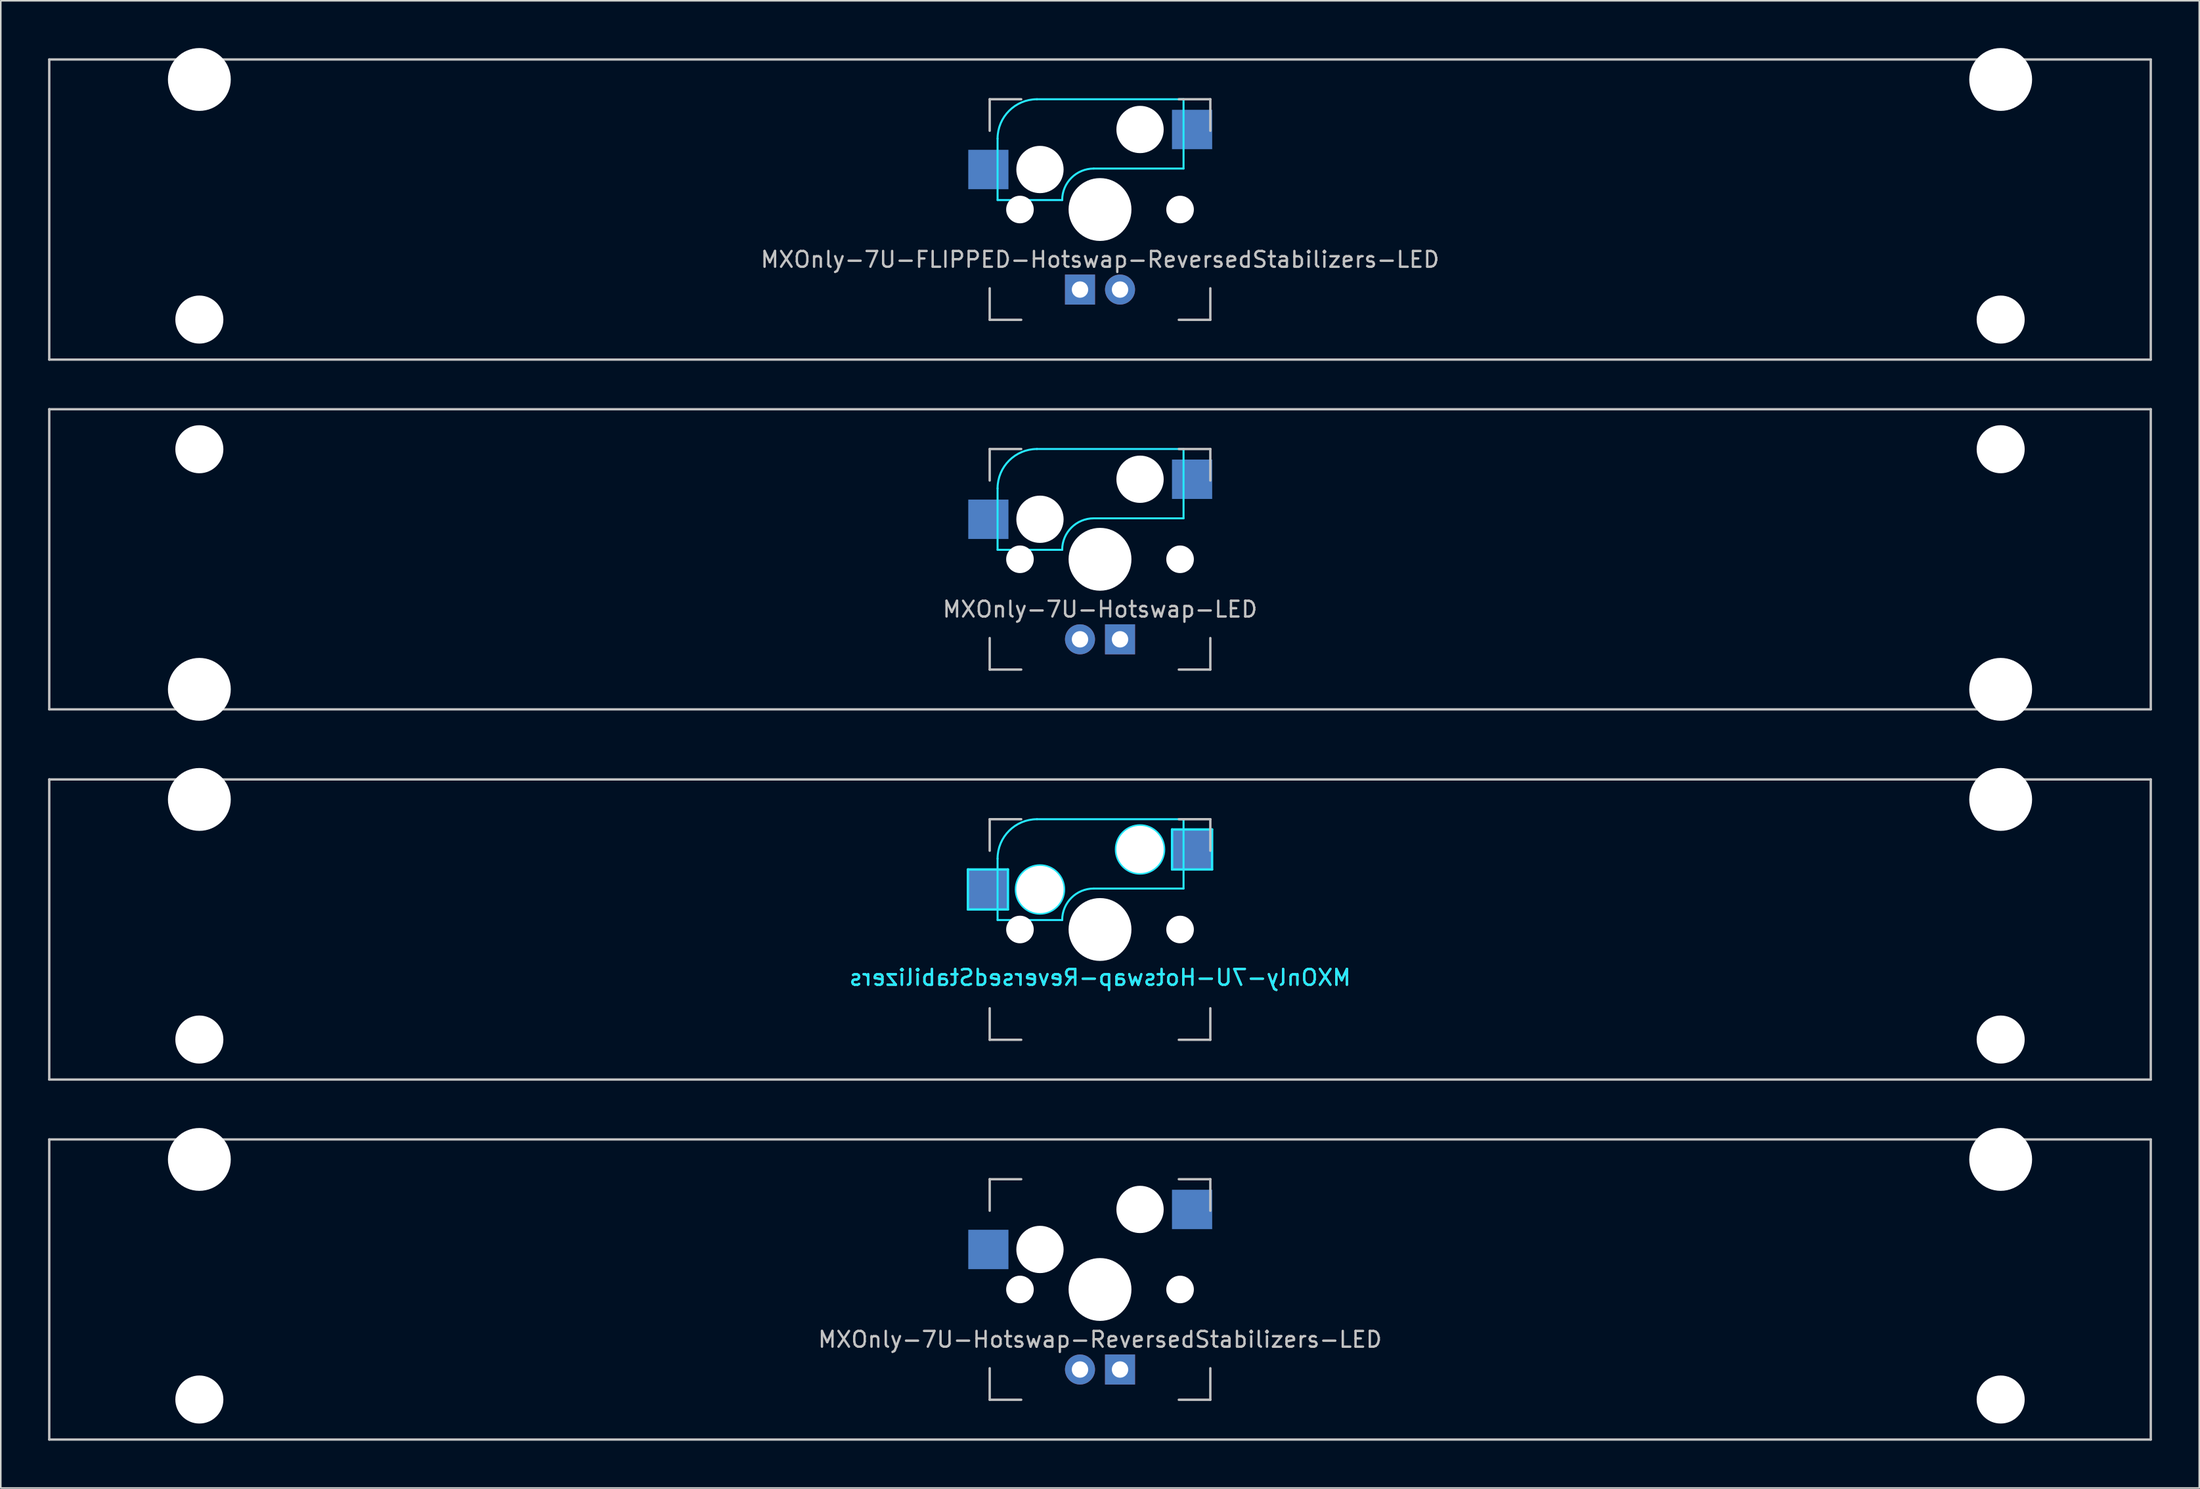
<source format=kicad_pcb>
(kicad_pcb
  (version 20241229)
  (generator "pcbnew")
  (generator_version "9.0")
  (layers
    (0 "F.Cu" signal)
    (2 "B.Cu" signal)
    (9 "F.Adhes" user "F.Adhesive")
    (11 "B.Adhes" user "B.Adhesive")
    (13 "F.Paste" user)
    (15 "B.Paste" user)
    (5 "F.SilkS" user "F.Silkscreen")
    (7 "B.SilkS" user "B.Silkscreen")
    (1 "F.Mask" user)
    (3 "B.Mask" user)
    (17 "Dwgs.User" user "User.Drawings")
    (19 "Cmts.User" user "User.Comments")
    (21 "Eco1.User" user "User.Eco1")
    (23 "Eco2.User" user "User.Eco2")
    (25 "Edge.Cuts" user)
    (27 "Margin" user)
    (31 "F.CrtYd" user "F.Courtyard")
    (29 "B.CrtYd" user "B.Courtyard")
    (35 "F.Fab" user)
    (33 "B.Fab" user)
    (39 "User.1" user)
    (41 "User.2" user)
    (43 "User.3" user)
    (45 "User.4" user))
  (footprint "MXOnly-7U-FLIPPED-Hotswap-ReversedStabilizers-LED"
    (layer "F.Cu")
    (at 66.75 10.249)
    (property "Reference" "MXOnly-7U-FLIPPED-Hotswap-ReversedStabilizers-LED" (at 0 3.175 0) (layer "Dwgs.User") (effects (font (size 1 1) (thickness 0.15))))
    (attr through_hole)
    (fp_line (start -66.675 -9.525) (end 66.675 -9.525) (stroke (width 0.15) (type solid)) (layer "Dwgs.User"))
    (fp_line (start -66.675 9.525) (end -66.675 -9.525) (stroke (width 0.15) (type solid)) (layer "Dwgs.User"))
    (fp_line (start -66.675 9.525) (end 66.675 9.525) (stroke (width 0.15) (type solid)) (layer "Dwgs.User"))
    (fp_line (start -7 -7) (end -7 -5) (stroke (width 0.15) (type solid)) (layer "Dwgs.User"))
    (fp_line (start -7 5) (end -7 7) (stroke (width 0.15) (type solid)) (layer "Dwgs.User"))
    (fp_line (start -7 7) (end -5 7) (stroke (width 0.15) (type solid)) (layer "Dwgs.User"))
    (fp_line (start -5 -7) (end -7 -7) (stroke (width 0.15) (type solid)) (layer "Dwgs.User"))
    (fp_line (start 5 -7) (end 7 -7) (stroke (width 0.15) (type solid)) (layer "Dwgs.User"))
    (fp_line (start 5 7) (end 7 7) (stroke (width 0.15) (type solid)) (layer "Dwgs.User"))
    (fp_line (start 7 -7) (end 7 -5) (stroke (width 0.15) (type solid)) (layer "Dwgs.User"))
    (fp_line (start 7 7) (end 7 5) (stroke (width 0.15) (type solid)) (layer "Dwgs.User"))
    (fp_line (start 66.675 -9.525) (end 66.675 9.525) (stroke (width 0.15) (type solid)) (layer "Dwgs.User"))
    (fp_line (start -6.5 -4.5) (end -6.5 -0.6) (stroke (width 0.127) (type solid)) (layer "B.CrtYd"))
    (fp_line (start -6.5 -0.6) (end -2.4 -0.6) (stroke (width 0.127) (type solid)) (layer "B.CrtYd"))
    (fp_line (start -0.4 -2.6) (end 5.3 -2.6) (stroke (width 0.127) (type solid)) (layer "B.CrtYd"))
    (fp_line (start 5.3 -7) (end -4 -7) (stroke (width 0.127) (type solid)) (layer "B.CrtYd"))
    (fp_line (start 5.3 -7) (end 5.3 -2.6) (stroke (width 0.127) (type solid)) (layer "B.CrtYd"))
    (fp_arc (start -6.5 -4.5) (mid -5.767767 -6.267767) (end -4 -7) (stroke (width 0.127) (type solid)) (layer "B.CrtYd"))
    (fp_arc (start -2.4 -0.6) (mid -1.814214 -2.014214) (end -0.4 -2.6) (stroke (width 0.127) (type solid)) (layer "B.CrtYd"))
    (pad "" np_thru_hole circle (at -57.15 -8.255 180) (size 3.988 3.988) (drill 3.988) (layers "*.Cu" "*.Mask"))
    (pad "" np_thru_hole circle (at -57.15 6.985 180) (size 3.048 3.048) (drill 3.048) (layers "*.Cu" "*.Mask"))
    (pad "" np_thru_hole circle (at -5.08 0 48.1) (size 1.75 1.75) (drill 1.75) (layers "*.Cu" "*.Mask"))
    (pad "" np_thru_hole circle (at -3.81 -2.54) (size 3 3) (drill 3) (layers "*.Cu" "*.Mask"))
    (pad "" np_thru_hole circle (at 0 0) (size 3.988 3.988) (drill 3.988) (layers "*.Cu" "*.Mask"))
    (pad "" np_thru_hole circle (at 2.54 -5.08) (size 3 3) (drill 3) (layers "*.Cu" "*.Mask"))
    (pad "" np_thru_hole circle (at 5.08 0 48.1) (size 1.75 1.75) (drill 1.75) (layers "*.Cu" "*.Mask"))
    (pad "" np_thru_hole circle (at 57.15 -8.255 180) (size 3.988 3.988) (drill 3.988) (layers "*.Cu" "*.Mask"))
    (pad "" np_thru_hole circle (at 57.15 6.985 180) (size 3.048 3.048) (drill 3.048) (layers "*.Cu" "*.Mask"))
    (pad "1" smd rect (at -7.085 -2.54) (size 2.55 2.5) (layers "B.Cu" "B.Mask" "B.Paste"))
    (pad "2" smd rect (at 5.842 -5.08) (size 2.55 2.5) (layers "B.Cu" "B.Mask" "B.Paste"))
    (pad "3" thru_hole circle (at 1.27 5.08 180) (size 1.905 1.905) (drill 1.04) (layers "*.Cu" "B.Mask"))
    (pad "4" thru_hole rect (at -1.27 5.08 180) (size 1.905 1.905) (drill 1.04) (layers "*.Cu" "B.Mask")))
  (footprint "MXOnly-7U-Hotswap-LED"
    (layer "F.Cu")
    (at 66.75 32.449)
    (property "Reference" "MXOnly-7U-Hotswap-LED" (at 0 3.175 0) (layer "Dwgs.User") (effects (font (size 1 1) (thickness 0.15))))
    (attr through_hole)
    (fp_line (start -66.675 -9.525) (end 66.675 -9.525) (stroke (width 0.15) (type solid)) (layer "Dwgs.User"))
    (fp_line (start -66.675 9.525) (end -66.675 -9.525) (stroke (width 0.15) (type solid)) (layer "Dwgs.User"))
    (fp_line (start -66.675 9.525) (end 66.675 9.525) (stroke (width 0.15) (type solid)) (layer "Dwgs.User"))
    (fp_line (start -7 -7) (end -7 -5) (stroke (width 0.15) (type solid)) (layer "Dwgs.User"))
    (fp_line (start -7 5) (end -7 7) (stroke (width 0.15) (type solid)) (layer "Dwgs.User"))
    (fp_line (start -7 7) (end -5 7) (stroke (width 0.15) (type solid)) (layer "Dwgs.User"))
    (fp_line (start -5 -7) (end -7 -7) (stroke (width 0.15) (type solid)) (layer "Dwgs.User"))
    (fp_line (start 5 -7) (end 7 -7) (stroke (width 0.15) (type solid)) (layer "Dwgs.User"))
    (fp_line (start 5 7) (end 7 7) (stroke (width 0.15) (type solid)) (layer "Dwgs.User"))
    (fp_line (start 7 -7) (end 7 -5) (stroke (width 0.15) (type solid)) (layer "Dwgs.User"))
    (fp_line (start 7 7) (end 7 5) (stroke (width 0.15) (type solid)) (layer "Dwgs.User"))
    (fp_line (start 66.675 -9.525) (end 66.675 9.525) (stroke (width 0.15) (type solid)) (layer "Dwgs.User"))
    (fp_line (start -6.5 -4.5) (end -6.5 -0.6) (stroke (width 0.127) (type solid)) (layer "B.CrtYd"))
    (fp_line (start -6.5 -0.6) (end -2.4 -0.6) (stroke (width 0.127) (type solid)) (layer "B.CrtYd"))
    (fp_line (start -0.4 -2.6) (end 5.3 -2.6) (stroke (width 0.127) (type solid)) (layer "B.CrtYd"))
    (fp_line (start 5.3 -7) (end -4 -7) (stroke (width 0.127) (type solid)) (layer "B.CrtYd"))
    (fp_line (start 5.3 -7) (end 5.3 -2.6) (stroke (width 0.127) (type solid)) (layer "B.CrtYd"))
    (fp_arc (start -6.5 -4.5) (mid -5.767767 -6.267767) (end -4 -7) (stroke (width 0.127) (type solid)) (layer "B.CrtYd"))
    (fp_arc (start -2.4 -0.6) (mid -1.814214 -2.014214) (end -0.4 -2.6) (stroke (width 0.127) (type solid)) (layer "B.CrtYd"))
    (pad "" np_thru_hole circle (at -57.15 -6.985) (size 3.048 3.048) (drill 3.048) (layers "*.Cu" "*.Mask"))
    (pad "" np_thru_hole circle (at -57.15 8.255) (size 3.988 3.988) (drill 3.988) (layers "*.Cu" "*.Mask"))
    (pad "" np_thru_hole circle (at -5.08 0 48.1) (size 1.75 1.75) (drill 1.75) (layers "*.Cu" "*.Mask"))
    (pad "" np_thru_hole circle (at -3.81 -2.54) (size 3 3) (drill 3) (layers "*.Cu" "*.Mask"))
    (pad "" np_thru_hole circle (at 0 0) (size 3.988 3.988) (drill 3.988) (layers "*.Cu" "*.Mask"))
    (pad "" np_thru_hole circle (at 2.54 -5.08) (size 3 3) (drill 3) (layers "*.Cu" "*.Mask"))
    (pad "" np_thru_hole circle (at 5.08 0 48.1) (size 1.75 1.75) (drill 1.75) (layers "*.Cu" "*.Mask"))
    (pad "" np_thru_hole circle (at 57.15 -6.985) (size 3.048 3.048) (drill 3.048) (layers "*.Cu" "*.Mask"))
    (pad "" np_thru_hole circle (at 57.15 8.255) (size 3.988 3.988) (drill 3.988) (layers "*.Cu" "*.Mask"))
    (pad "1" smd rect (at -7.085 -2.54) (size 2.55 2.5) (layers "B.Cu" "B.Mask" "B.Paste"))
    (pad "2" smd rect (at 5.842 -5.08) (size 2.55 2.5) (layers "B.Cu" "B.Mask" "B.Paste"))
    (pad "3" thru_hole circle (at -1.27 5.08) (size 1.905 1.905) (drill 1.04) (layers "*.Cu" "B.Mask"))
    (pad "4" thru_hole rect (at 1.27 5.08) (size 1.905 1.905) (drill 1.04) (layers "*.Cu" "B.Mask")))
  (footprint "MXOnly-7U-Hotswap-ReversedStabilizers"
    (layer "F.Cu")
    (at 66.75 55.947)
    (property "Reference" "MXOnly-7U-Hotswap-ReversedStabilizers" (at 0 3.048 0) (layer "B.CrtYd") (effects (font (size 1 1) (thickness 0.15)) (justify mirror)))
    (attr smd)
    (fp_line (start -66.675 -9.525) (end 66.675 -9.525) (stroke (width 0.15) (type solid)) (layer "Dwgs.User"))
    (fp_line (start -66.675 9.525) (end -66.675 -9.525) (stroke (width 0.15) (type solid)) (layer "Dwgs.User"))
    (fp_line (start -7 -7) (end -7 -5) (stroke (width 0.15) (type solid)) (layer "Dwgs.User"))
    (fp_line (start -7 5) (end -7 7) (stroke (width 0.15) (type solid)) (layer "Dwgs.User"))
    (fp_line (start -7 7) (end -5 7) (stroke (width 0.15) (type solid)) (layer "Dwgs.User"))
    (fp_line (start -5 -7) (end -7 -7) (stroke (width 0.15) (type solid)) (layer "Dwgs.User"))
    (fp_line (start 5 -7) (end 7 -7) (stroke (width 0.15) (type solid)) (layer "Dwgs.User"))
    (fp_line (start 5 7) (end 7 7) (stroke (width 0.15) (type solid)) (layer "Dwgs.User"))
    (fp_line (start 7 -7) (end 7 -5) (stroke (width 0.15) (type solid)) (layer "Dwgs.User"))
    (fp_line (start 7 7) (end 7 5) (stroke (width 0.15) (type solid)) (layer "Dwgs.User"))
    (fp_line (start 66.675 -9.525) (end 66.675 9.525) (stroke (width 0.15) (type solid)) (layer "Dwgs.User"))
    (fp_line (start 66.675 9.525) (end -66.675 9.525) (stroke (width 0.15) (type solid)) (layer "Dwgs.User"))
    (fp_line (start -8.382 -3.81) (end -5.842 -3.81) (stroke (width 0.15) (type solid)) (layer "B.CrtYd"))
    (fp_line (start -8.382 -1.27) (end -8.382 -3.81) (stroke (width 0.15) (type solid)) (layer "B.CrtYd"))
    (fp_line (start -6.5 -4.5) (end -6.5 -0.6) (stroke (width 0.127) (type solid)) (layer "B.CrtYd"))
    (fp_line (start -6.5 -0.6) (end -2.4 -0.6) (stroke (width 0.127) (type solid)) (layer "B.CrtYd"))
    (fp_line (start -5.842 -3.81) (end -5.842 -1.27) (stroke (width 0.15) (type solid)) (layer "B.CrtYd"))
    (fp_line (start -5.842 -1.27) (end -8.382 -1.27) (stroke (width 0.15) (type solid)) (layer "B.CrtYd"))
    (fp_line (start -0.4 -2.6) (end 5.3 -2.6) (stroke (width 0.127) (type solid)) (layer "B.CrtYd"))
    (fp_line (start 4.572 -6.35) (end 7.112 -6.35) (stroke (width 0.15) (type solid)) (layer "B.CrtYd"))
    (fp_line (start 4.572 -3.81) (end 4.572 -6.35) (stroke (width 0.15) (type solid)) (layer "B.CrtYd"))
    (fp_line (start 5.3 -7) (end -4 -7) (stroke (width 0.127) (type solid)) (layer "B.CrtYd"))
    (fp_line (start 5.3 -7) (end 5.3 -2.6) (stroke (width 0.127) (type solid)) (layer "B.CrtYd"))
    (fp_line (start 7.112 -6.35) (end 7.112 -3.81) (stroke (width 0.15) (type solid)) (layer "B.CrtYd"))
    (fp_line (start 7.112 -3.81) (end 4.572 -3.81) (stroke (width 0.15) (type solid)) (layer "B.CrtYd"))
    (fp_arc (start -6.5 -4.5) (mid -5.767767 -6.267767) (end -4 -7) (stroke (width 0.127) (type solid)) (layer "B.CrtYd"))
    (fp_arc (start -2.4 -0.6) (mid -1.814214 -2.014214) (end -0.4 -2.6) (stroke (width 0.127) (type solid)) (layer "B.CrtYd"))
    (fp_circle (center -3.81 -2.54) (end -3.81 -4.064) (stroke (width 0.15) (type solid)) (fill no) (layer "B.CrtYd"))
    (fp_circle (center 2.54 -5.08) (end 2.54 -6.604) (stroke (width 0.15) (type solid)) (fill no) (layer "B.CrtYd"))
    (fp_text user "${REFERENCE}" (at 0 3.048 0) (layer "B.SilkS") (effects (font (size 1 1) (thickness 0.15)) (justify mirror)))
    (pad "" np_thru_hole circle (at -57.15 -8.255) (size 3.988 3.988) (drill 3.988) (layers "*.Cu" "*.Mask"))
    (pad "" np_thru_hole circle (at -57.15 6.985) (size 3.048 3.048) (drill 3.048) (layers "*.Cu" "*.Mask"))
    (pad "" np_thru_hole circle (at -5.08 0 48.1) (size 1.75 1.75) (drill 1.75) (layers "*.Cu" "*.Mask"))
    (pad "" np_thru_hole circle (at -3.81 -2.54) (size 3 3) (drill 3) (layers "*.Cu" "*.Mask"))
    (pad "" np_thru_hole circle (at 0 0) (size 3.988 3.988) (drill 3.988) (layers "*.Cu" "*.Mask"))
    (pad "" np_thru_hole circle (at 2.54 -5.08) (size 3 3) (drill 3) (layers "*.Cu" "*.Mask"))
    (pad "" np_thru_hole circle (at 5.08 0 48.1) (size 1.75 1.75) (drill 1.75) (layers "*.Cu" "*.Mask"))
    (pad "" np_thru_hole circle (at 57.15 -8.255) (size 3.988 3.988) (drill 3.988) (layers "*.Cu" "*.Mask"))
    (pad "" np_thru_hole circle (at 57.15 6.985) (size 3.048 3.048) (drill 3.048) (layers "*.Cu" "*.Mask"))
    (pad "1" smd rect (at -7.085 -2.54) (size 2.55 2.5) (layers "B.Cu" "B.Mask" "B.Paste"))
    (pad "2" smd rect (at 5.842 -5.08) (size 2.55 2.5) (layers "B.Cu" "B.Mask" "B.Paste")))
  (footprint "MXOnly-7U-Hotswap-ReversedStabilizers-LED"
    (layer "F.Cu")
    (at 66.75 78.796)
    (property "Reference" "MXOnly-7U-Hotswap-ReversedStabilizers-LED" (at 0 3.175 0) (layer "Dwgs.User") (effects (font (size 1 1) (thickness 0.15))))
    (attr through_hole)
    (fp_line (start -66.675 -9.525) (end 66.675 -9.525) (stroke (width 0.15) (type solid)) (layer "Dwgs.User"))
    (fp_line (start -66.675 9.525) (end -66.675 -9.525) (stroke (width 0.15) (type solid)) (layer "Dwgs.User"))
    (fp_line (start -66.675 9.525) (end 66.675 9.525) (stroke (width 0.15) (type solid)) (layer "Dwgs.User"))
    (fp_line (start -7 -7) (end -7 -5) (stroke (width 0.15) (type solid)) (layer "Dwgs.User"))
    (fp_line (start -7 5) (end -7 7) (stroke (width 0.15) (type solid)) (layer "Dwgs.User"))
    (fp_line (start -7 7) (end -5 7) (stroke (width 0.15) (type solid)) (layer "Dwgs.User"))
    (fp_line (start -5 -7) (end -7 -7) (stroke (width 0.15) (type solid)) (layer "Dwgs.User"))
    (fp_line (start 5 -7) (end 7 -7) (stroke (width 0.15) (type solid)) (layer "Dwgs.User"))
    (fp_line (start 5 7) (end 7 7) (stroke (width 0.15) (type solid)) (layer "Dwgs.User"))
    (fp_line (start 7 -7) (end 7 -5) (stroke (width 0.15) (type solid)) (layer "Dwgs.User"))
    (fp_line (start 7 7) (end 7 5) (stroke (width 0.15) (type solid)) (layer "Dwgs.User"))
    (fp_line (start 66.675 -9.525) (end 66.675 9.525) (stroke (width 0.15) (type solid)) (layer "Dwgs.User"))
    (pad "" np_thru_hole circle (at -57.15 -8.255 180) (size 3.988 3.988) (drill 3.988) (layers "*.Cu" "*.Mask"))
    (pad "" np_thru_hole circle (at -57.15 6.985 180) (size 3.048 3.048) (drill 3.048) (layers "*.Cu" "*.Mask"))
    (pad "" np_thru_hole circle (at -5.08 0 48.1) (size 1.75 1.75) (drill 1.75) (layers "*.Cu" "*.Mask"))
    (pad "" np_thru_hole circle (at -3.81 -2.54) (size 3 3) (drill 3) (layers "*.Cu" "*.Mask"))
    (pad "" np_thru_hole circle (at 0 0) (size 3.988 3.988) (drill 3.988) (layers "*.Cu" "*.Mask"))
    (pad "" np_thru_hole circle (at 2.54 -5.08) (size 3 3) (drill 3) (layers "*.Cu" "*.Mask"))
    (pad "" np_thru_hole circle (at 5.08 0 48.1) (size 1.75 1.75) (drill 1.75) (layers "*.Cu" "*.Mask"))
    (pad "" np_thru_hole circle (at 57.15 -8.255 180) (size 3.988 3.988) (drill 3.988) (layers "*.Cu" "*.Mask"))
    (pad "" np_thru_hole circle (at 57.15 6.985 180) (size 3.048 3.048) (drill 3.048) (layers "*.Cu" "*.Mask"))
    (pad "1" smd rect (at -7.085 -2.54) (size 2.55 2.5) (layers "B.Cu" "B.Mask" "B.Paste"))
    (pad "2" smd rect (at 5.842 -5.08) (size 2.55 2.5) (layers "B.Cu" "B.Mask" "B.Paste"))
    (pad "3" thru_hole circle (at -1.27 5.08) (size 1.905 1.905) (drill 1.04) (layers "*.Cu" "B.Mask"))
    (pad "4" thru_hole rect (at 1.27 5.08) (size 1.905 1.905) (drill 1.04) (layers "*.Cu" "B.Mask")))
  (gr_rect
    (start -3 -3)
    (end 136.5 91.396)
    (stroke (width 0.1) (type default))
    (fill no)
    (layer "Edge.Cuts")))
</source>
